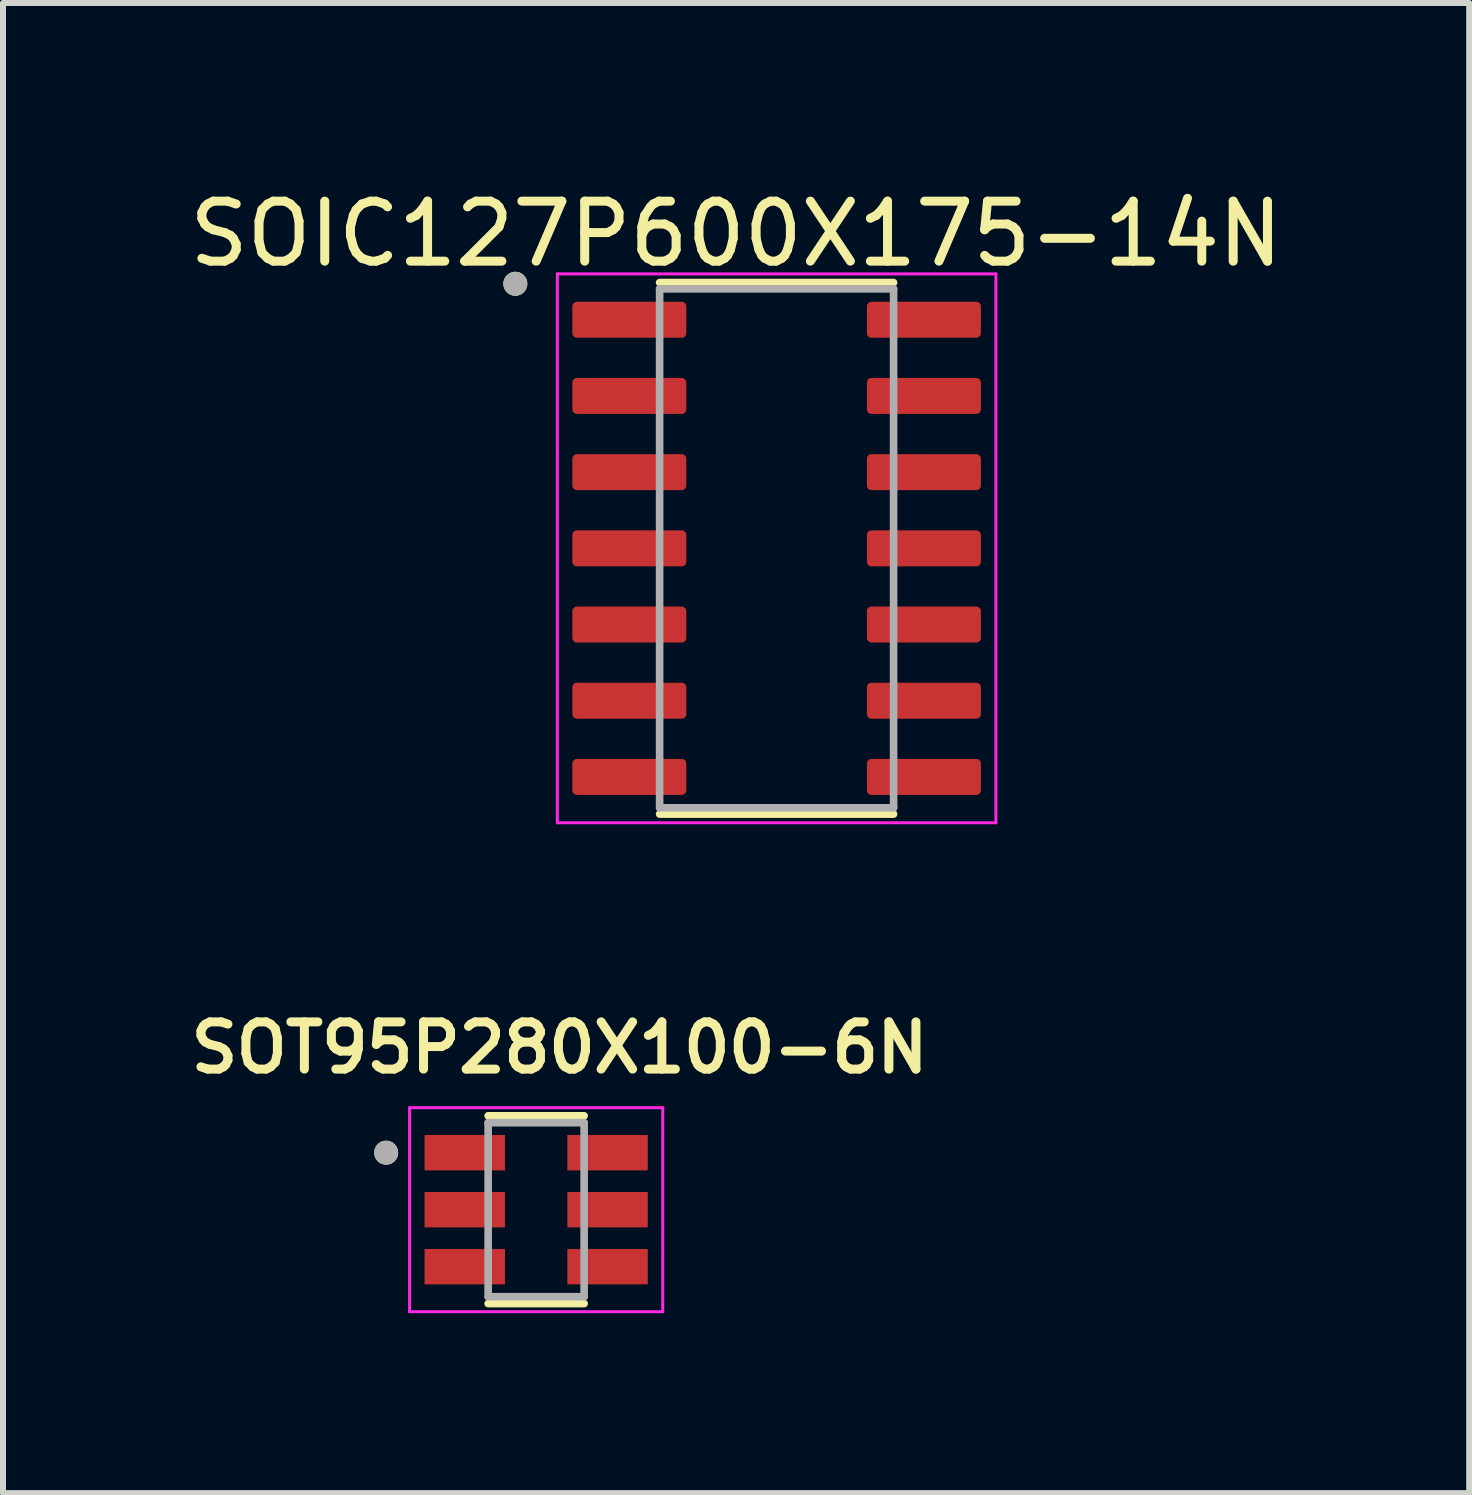
<source format=kicad_pcb>
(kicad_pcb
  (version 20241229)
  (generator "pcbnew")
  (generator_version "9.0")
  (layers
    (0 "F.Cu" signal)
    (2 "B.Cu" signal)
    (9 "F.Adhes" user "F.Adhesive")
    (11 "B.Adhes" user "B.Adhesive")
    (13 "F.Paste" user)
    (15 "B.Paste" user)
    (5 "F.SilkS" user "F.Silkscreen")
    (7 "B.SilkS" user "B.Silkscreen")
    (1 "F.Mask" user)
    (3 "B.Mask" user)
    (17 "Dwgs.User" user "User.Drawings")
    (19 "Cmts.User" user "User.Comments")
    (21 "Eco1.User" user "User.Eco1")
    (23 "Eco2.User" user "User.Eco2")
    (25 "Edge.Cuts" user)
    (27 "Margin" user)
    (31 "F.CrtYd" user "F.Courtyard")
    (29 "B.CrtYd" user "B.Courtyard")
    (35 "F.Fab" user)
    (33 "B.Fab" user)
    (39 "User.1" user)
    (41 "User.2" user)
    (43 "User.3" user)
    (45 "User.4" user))
  (footprint "SOIC127P600X175-14N"
    (layer "F.Cu")
    (at 9.895 6.09)
    (property "Reference" "SOIC127P600X175-14N" (at -0.675 -5.242 0) (layer "F.SilkS") (effects (font (size 1 1) (thickness 0.15))))
    (attr smd)
    (fp_line (start -1.95 -4.43) (end 1.95 -4.43) (stroke (width 0.127) (type solid)) (layer "F.SilkS"))
    (fp_line (start -1.95 4.43) (end 1.95 4.43) (stroke (width 0.127) (type solid)) (layer "F.SilkS"))
    (fp_circle (center -4.355 -4.41) (end -4.255 -4.41) (stroke (width 0.2) (type solid)) (fill no) (layer "F.SilkS"))
    (fp_line (start -3.655 -4.575) (end -3.655 4.575) (stroke (width 0.05) (type solid)) (layer "F.CrtYd"))
    (fp_line (start -3.655 -4.575) (end 3.655 -4.575) (stroke (width 0.05) (type solid)) (layer "F.CrtYd"))
    (fp_line (start -3.655 4.575) (end 3.655 4.575) (stroke (width 0.05) (type solid)) (layer "F.CrtYd"))
    (fp_line (start 3.655 -4.575) (end 3.655 4.575) (stroke (width 0.05) (type solid)) (layer "F.CrtYd"))
    (fp_line (start -1.95 -4.325) (end -1.95 4.325) (stroke (width 0.127) (type solid)) (layer "F.Fab"))
    (fp_line (start -1.95 -4.325) (end 1.95 -4.325) (stroke (width 0.127) (type solid)) (layer "F.Fab"))
    (fp_line (start -1.95 4.325) (end 1.95 4.325) (stroke (width 0.127) (type solid)) (layer "F.Fab"))
    (fp_line (start 1.95 -4.325) (end 1.95 4.325) (stroke (width 0.127) (type solid)) (layer "F.Fab"))
    (fp_circle (center -4.355 -4.41) (end -4.255 -4.41) (stroke (width 0.2) (type solid)) (fill no) (layer "F.Fab"))
    (pad "1" smd roundrect (at -2.455 -3.81) (size 1.9 0.6) (layers "F.Cu" "F.Mask" "F.Paste") (roundrect_rratio 0.125))
    (pad "2" smd roundrect (at -2.455 -2.54) (size 1.9 0.6) (layers "F.Cu" "F.Mask" "F.Paste") (roundrect_rratio 0.125))
    (pad "3" smd roundrect (at -2.455 -1.27) (size 1.9 0.6) (layers "F.Cu" "F.Mask" "F.Paste") (roundrect_rratio 0.125))
    (pad "4" smd roundrect (at -2.455 0) (size 1.9 0.6) (layers "F.Cu" "F.Mask" "F.Paste") (roundrect_rratio 0.125))
    (pad "5" smd roundrect (at -2.455 1.27) (size 1.9 0.6) (layers "F.Cu" "F.Mask" "F.Paste") (roundrect_rratio 0.125))
    (pad "6" smd roundrect (at -2.455 2.54) (size 1.9 0.6) (layers "F.Cu" "F.Mask" "F.Paste") (roundrect_rratio 0.125))
    (pad "7" smd roundrect (at -2.455 3.81) (size 1.9 0.6) (layers "F.Cu" "F.Mask" "F.Paste") (roundrect_rratio 0.125))
    (pad "8" smd roundrect (at 2.455 3.81) (size 1.9 0.6) (layers "F.Cu" "F.Mask" "F.Paste") (roundrect_rratio 0.125))
    (pad "9" smd roundrect (at 2.455 2.54) (size 1.9 0.6) (layers "F.Cu" "F.Mask" "F.Paste") (roundrect_rratio 0.125))
    (pad "10" smd roundrect (at 2.455 1.27) (size 1.9 0.6) (layers "F.Cu" "F.Mask" "F.Paste") (roundrect_rratio 0.125))
    (pad "11" smd roundrect (at 2.455 0) (size 1.9 0.6) (layers "F.Cu" "F.Mask" "F.Paste") (roundrect_rratio 0.125))
    (pad "12" smd roundrect (at 2.455 -1.27) (size 1.9 0.6) (layers "F.Cu" "F.Mask" "F.Paste") (roundrect_rratio 0.125))
    (pad "13" smd roundrect (at 2.455 -2.54) (size 1.9 0.6) (layers "F.Cu" "F.Mask" "F.Paste") (roundrect_rratio 0.125))
    (pad "14" smd roundrect (at 2.455 -3.81) (size 1.9 0.6) (layers "F.Cu" "F.Mask" "F.Paste") (roundrect_rratio 0.125)))
  (footprint "SOT95P280X100-6N"
    (layer "F.Cu")
    (at 5.887 17.114)
    (property "Reference" "SOT95P280X100-6N" (at 0.39 -2.7 0) (layer "F.SilkS") (effects (font (size 0.787 0.787) (thickness 0.15))))
    (attr smd)
    (fp_line (start 0.8 -1.565) (end -0.8 -1.565) (stroke (width 0.127) (type solid)) (layer "F.SilkS"))
    (fp_line (start 0.8 1.565) (end -0.8 1.565) (stroke (width 0.127) (type solid)) (layer "F.SilkS"))
    (fp_circle (center -2.5 -0.95) (end -2.4 -0.95) (stroke (width 0.2) (type solid)) (fill no) (layer "F.SilkS"))
    (fp_line (start -2.11 -1.7) (end -2.11 1.7) (stroke (width 0.05) (type solid)) (layer "F.CrtYd"))
    (fp_line (start -2.11 1.7) (end 2.11 1.7) (stroke (width 0.05) (type solid)) (layer "F.CrtYd"))
    (fp_line (start 2.11 -1.7) (end -2.11 -1.7) (stroke (width 0.05) (type solid)) (layer "F.CrtYd"))
    (fp_line (start 2.11 1.7) (end 2.11 -1.7) (stroke (width 0.05) (type solid)) (layer "F.CrtYd"))
    (fp_line (start -0.8 -1.45) (end -0.8 1.45) (stroke (width 0.127) (type solid)) (layer "F.Fab"))
    (fp_line (start -0.8 1.45) (end 0.8 1.45) (stroke (width 0.127) (type solid)) (layer "F.Fab"))
    (fp_line (start 0.8 -1.45) (end -0.8 -1.45) (stroke (width 0.127) (type solid)) (layer "F.Fab"))
    (fp_line (start 0.8 1.45) (end 0.8 -1.45) (stroke (width 0.127) (type solid)) (layer "F.Fab"))
    (fp_circle (center -2.5 -0.95) (end -2.4 -0.95) (stroke (width 0.2) (type solid)) (fill no) (layer "F.Fab"))
    (pad "1" smd rect (at -1.19 -0.95) (size 1.34 0.59) (layers "F.Cu" "F.Mask" "F.Paste"))
    (pad "2" smd rect (at -1.19 0) (size 1.34 0.59) (layers "F.Cu" "F.Mask" "F.Paste"))
    (pad "3" smd rect (at -1.19 0.95) (size 1.34 0.59) (layers "F.Cu" "F.Mask" "F.Paste"))
    (pad "4" smd rect (at 1.19 0.95) (size 1.34 0.59) (layers "F.Cu" "F.Mask" "F.Paste"))
    (pad "5" smd rect (at 1.19 0) (size 1.34 0.59) (layers "F.Cu" "F.Mask" "F.Paste"))
    (pad "6" smd rect (at 1.19 -0.95) (size 1.34 0.59) (layers "F.Cu" "F.Mask" "F.Paste")))
  (gr_rect
    (start -3 -3)
    (end 21.44 21.839)
    (stroke (width 0.1) (type default))
    (fill no)
    (layer "Edge.Cuts")))
</source>
